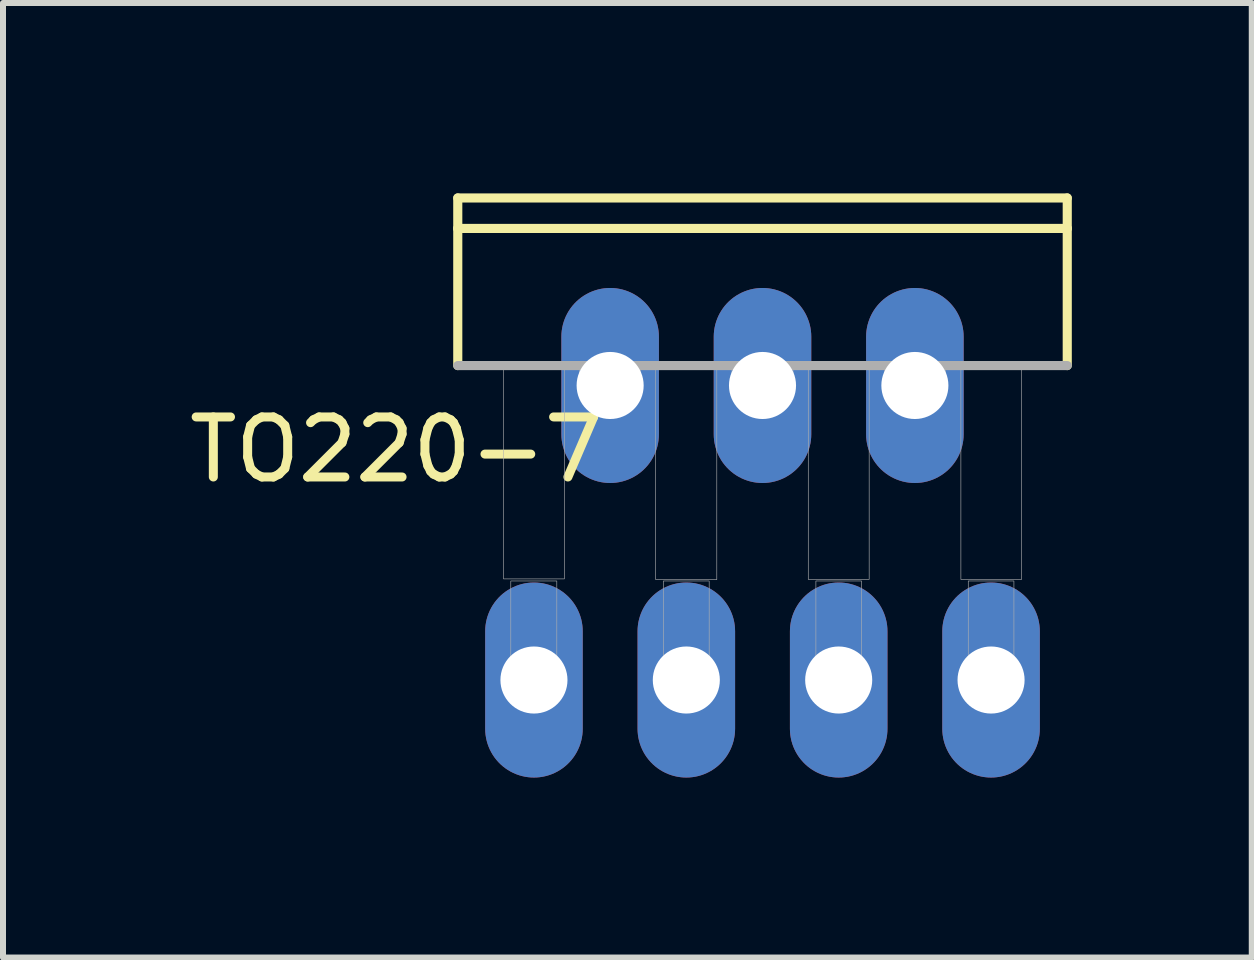
<source format=kicad_pcb>
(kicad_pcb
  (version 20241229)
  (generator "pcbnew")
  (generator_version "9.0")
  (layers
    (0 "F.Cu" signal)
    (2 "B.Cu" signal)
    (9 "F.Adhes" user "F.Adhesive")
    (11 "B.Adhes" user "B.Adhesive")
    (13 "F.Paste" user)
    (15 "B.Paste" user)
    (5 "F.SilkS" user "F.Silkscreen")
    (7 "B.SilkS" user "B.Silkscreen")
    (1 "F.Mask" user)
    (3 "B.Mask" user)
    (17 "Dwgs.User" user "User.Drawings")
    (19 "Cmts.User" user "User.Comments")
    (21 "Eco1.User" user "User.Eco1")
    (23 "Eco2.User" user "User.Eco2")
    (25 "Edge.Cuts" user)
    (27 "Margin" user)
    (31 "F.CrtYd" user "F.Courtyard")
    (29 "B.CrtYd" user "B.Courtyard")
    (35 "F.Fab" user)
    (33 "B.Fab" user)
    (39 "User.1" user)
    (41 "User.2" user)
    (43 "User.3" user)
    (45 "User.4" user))
  (footprint "TO220-7"
    (layer "F.Cu")
    (at 9.661 0.25)
    (property "Reference" "TO220-7" (at -6.104 4.196 180) (layer "F.SilkS") (effects (font (size 1.001 1.001) (thickness 0.15))))
    (attr through_hole)
    (fp_line (start -5.08 0.508) (end -5.08 0) (stroke (width 0.152) (type solid)) (layer "F.SilkS"))
    (fp_line (start -5.08 0.508) (end 5.08 0.508) (stroke (width 0.152) (type solid)) (layer "F.SilkS"))
    (fp_line (start -5.08 2.794) (end -5.08 0.508) (stroke (width 0.152) (type solid)) (layer "F.SilkS"))
    (fp_line (start 5.08 0) (end -5.08 0) (stroke (width 0.152) (type solid)) (layer "F.SilkS"))
    (fp_line (start 5.08 0) (end 5.08 0.508) (stroke (width 0.152) (type solid)) (layer "F.SilkS"))
    (fp_line (start 5.08 0.508) (end 5.08 2.794) (stroke (width 0.152) (type solid)) (layer "F.SilkS"))
    (fp_line (start 5.08 2.794) (end -5.08 2.794) (stroke (width 0.152) (type solid)) (layer "F.Fab"))
    (fp_poly (pts (xy -4.318 2.794) (xy -3.302 2.794) (xy -3.302 6.35) (xy -4.318 6.35)) (stroke (width 0.01) (type solid)) (fill no) (layer "F.Fab"))
    (fp_poly (pts (xy -4.196 6.385) (xy -3.429 6.385) (xy -3.429 8.3) (xy -4.196 8.3)) (stroke (width 0.01) (type solid)) (fill no) (layer "F.Fab"))
    (fp_poly (pts (xy -3.054 2.794) (xy -2.032 2.794) (xy -2.032 3.181) (xy -3.054 3.181)) (stroke (width 0.01) (type solid)) (fill no) (layer "F.Fab"))
    (fp_poly (pts (xy -1.781 2.794) (xy -0.762 2.794) (xy -0.762 6.362) (xy -1.781 6.362)) (stroke (width 0.01) (type solid)) (fill no) (layer "F.Fab"))
    (fp_poly (pts (xy -1.653 6.385) (xy -0.889 6.385) (xy -0.889 8.298) (xy -1.653 8.298)) (stroke (width 0.01) (type solid)) (fill no) (layer "F.Fab"))
    (fp_poly (pts (xy -0.509 2.794) (xy 0.508 2.794) (xy 0.508 3.178) (xy -0.509 3.178)) (stroke (width 0.01) (type solid)) (fill no) (layer "F.Fab"))
    (fp_poly (pts (xy 0.763 2.794) (xy 1.778 2.794) (xy 1.778 6.359) (xy 0.763 6.359)) (stroke (width 0.01) (type solid)) (fill no) (layer "F.Fab"))
    (fp_poly (pts (xy 0.89 6.385) (xy 1.651 6.385) (xy 1.651 8.302) (xy 0.89 8.302)) (stroke (width 0.01) (type solid)) (fill no) (layer "F.Fab"))
    (fp_poly (pts (xy 2.032 2.794) (xy 3.048 2.794) (xy 3.048 3.175) (xy 2.032 3.175)) (stroke (width 0.01) (type solid)) (fill no) (layer "F.Fab"))
    (fp_poly (pts (xy 3.307 2.794) (xy 4.318 2.794) (xy 4.318 6.36) (xy 3.307 6.36)) (stroke (width 0.01) (type solid)) (fill no) (layer "F.Fab"))
    (fp_poly (pts (xy 3.43 6.385) (xy 4.191 6.385) (xy 4.191 8.291) (xy 3.43 8.291)) (stroke (width 0.01) (type solid)) (fill no) (layer "F.Fab"))
    (pad "1" thru_hole oval (at -3.81 8.036) (size 1.626 3.251) (drill 1.118) (layers "*.Cu" "*.Mask"))
    (pad "2" thru_hole oval (at -2.54 3.126) (size 1.626 3.251) (drill 1.118) (layers "*.Cu" "*.Mask"))
    (pad "3" thru_hole oval (at -1.27 8.036) (size 1.626 3.251) (drill 1.118) (layers "*.Cu" "*.Mask"))
    (pad "4" thru_hole oval (at 0 3.126) (size 1.626 3.251) (drill 1.118) (layers "*.Cu" "*.Mask"))
    (pad "5" thru_hole oval (at 1.27 8.036) (size 1.626 3.251) (drill 1.118) (layers "*.Cu" "*.Mask"))
    (pad "6" thru_hole oval (at 2.54 3.126) (size 1.626 3.251) (drill 1.118) (layers "*.Cu" "*.Mask"))
    (pad "7" thru_hole oval (at 3.81 8.036) (size 1.626 3.251) (drill 1.118) (layers "*.Cu" "*.Mask")))
  (gr_rect
    (start -3 -3)
    (end 17.817 12.912)
    (stroke (width 0.1) (type default))
    (fill no)
    (layer "Edge.Cuts")))
</source>
